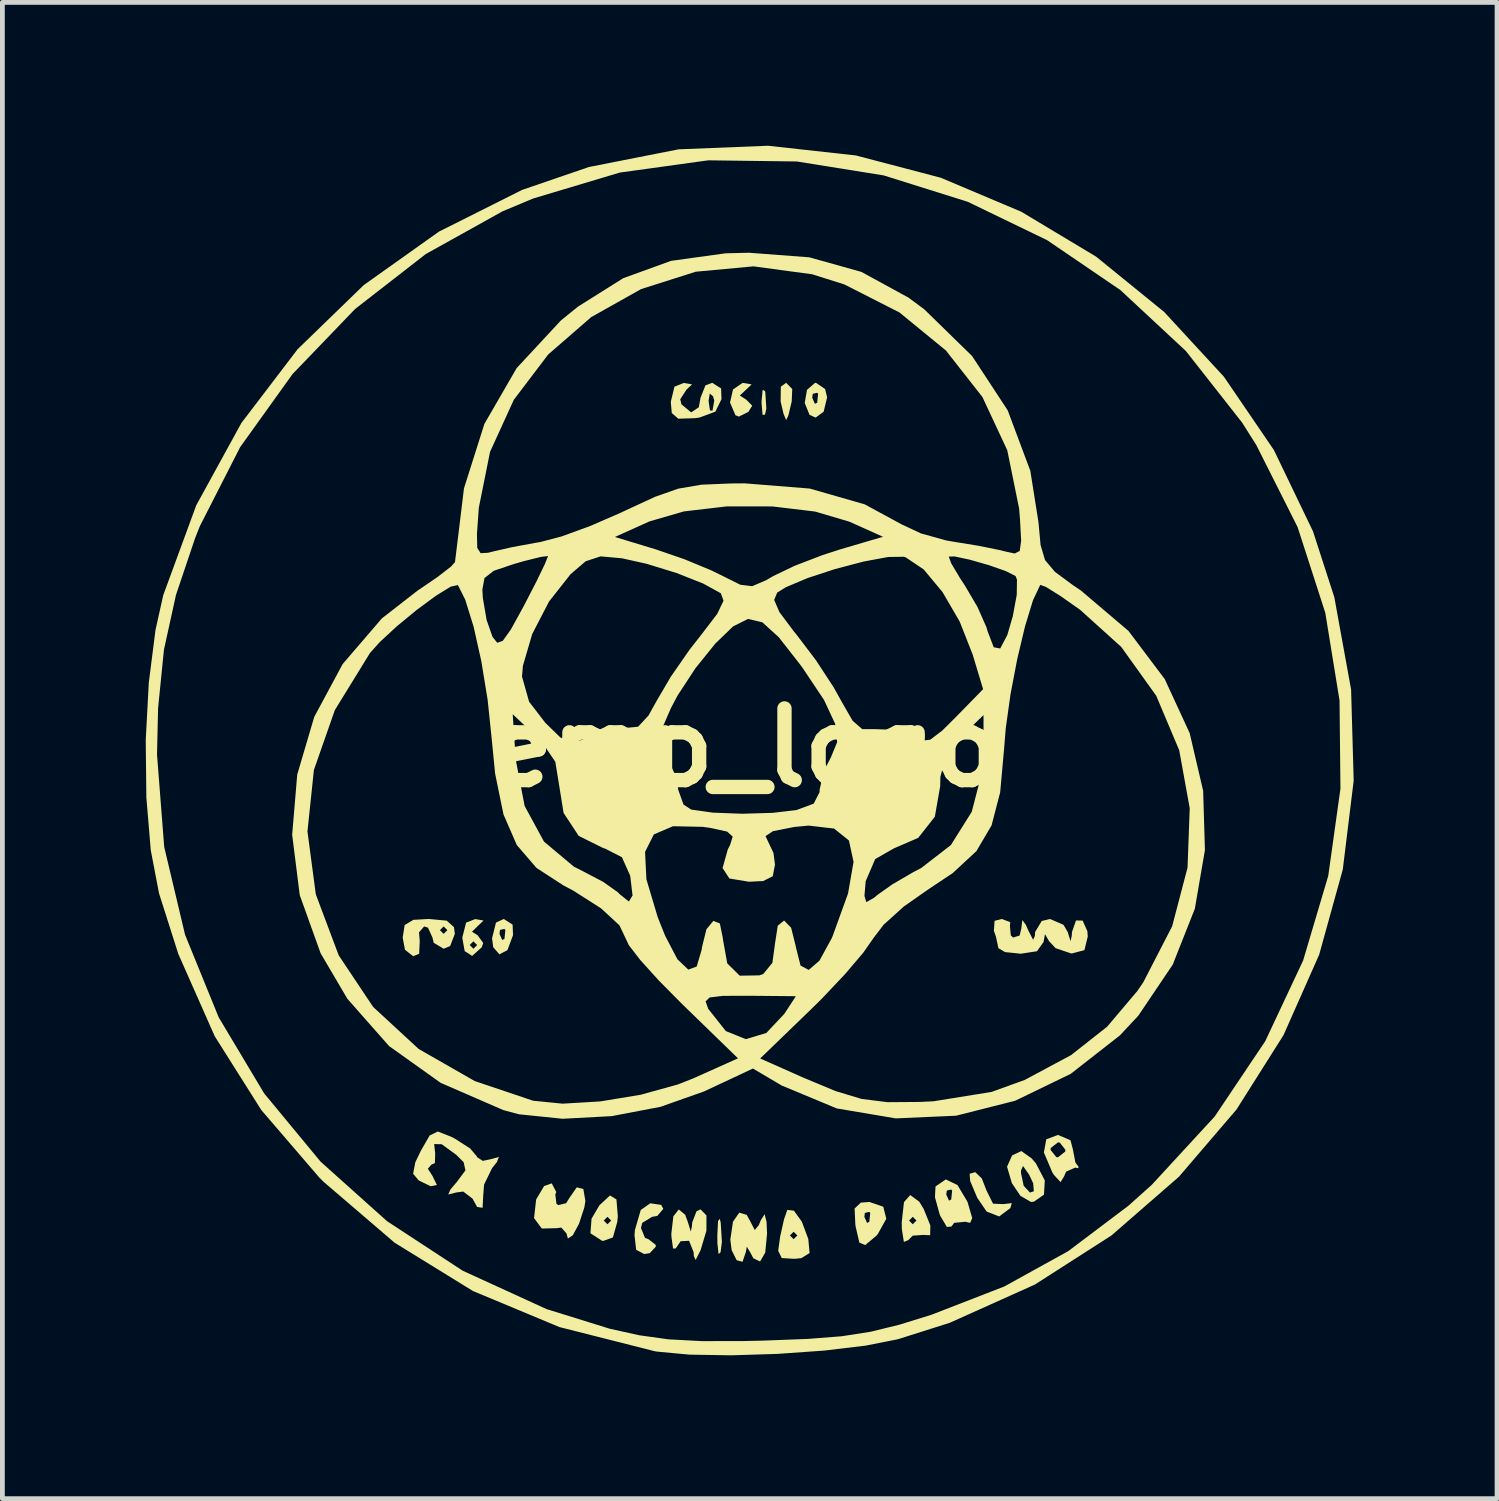
<source format=kicad_pcb>
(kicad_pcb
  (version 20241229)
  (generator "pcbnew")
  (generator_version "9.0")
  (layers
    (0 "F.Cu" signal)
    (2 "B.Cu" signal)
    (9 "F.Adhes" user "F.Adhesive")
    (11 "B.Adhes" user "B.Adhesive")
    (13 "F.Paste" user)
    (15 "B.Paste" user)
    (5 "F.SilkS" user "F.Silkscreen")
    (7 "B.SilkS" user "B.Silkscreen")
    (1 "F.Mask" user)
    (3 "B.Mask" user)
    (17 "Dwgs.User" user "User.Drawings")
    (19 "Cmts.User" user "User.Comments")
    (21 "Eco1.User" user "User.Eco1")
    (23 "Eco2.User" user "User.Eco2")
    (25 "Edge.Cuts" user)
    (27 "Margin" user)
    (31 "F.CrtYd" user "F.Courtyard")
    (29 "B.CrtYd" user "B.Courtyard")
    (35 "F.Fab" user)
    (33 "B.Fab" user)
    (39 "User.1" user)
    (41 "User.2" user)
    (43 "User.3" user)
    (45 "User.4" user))
  (footprint "emp_logo"
    (layer "F.Cu")
    (at 12.545 12.597)
    (property "Reference" "emp_logo" (at 0 0 0) (layer "F.SilkS") (effects (font (size 1.5 1.5) (thickness 0.3))))
    (attr board_only exclude_from_pos_files exclude_from_bom)
    (fp_poly (pts (xy -0.513 9.936) (xy -0.488 10.342) (xy -0.516 10.559) (xy -0.558 10.596) (xy -0.582 10.372) (xy -0.584 10.207) (xy -0.569 9.905) (xy -0.533 9.859)) (stroke (width 0) (type solid)) (fill yes) (layer "F.SilkS"))
    (fp_poly (pts (xy 0.412 -7.465) (xy 0.42 -7.438) (xy 0.442 -7.098) (xy 0.414 -6.97) (xy 0.363 -6.965) (xy 0.342 -7.209) (xy 0.342 -7.246) (xy 0.365 -7.488)) (stroke (width 0) (type solid)) (fill yes) (layer "F.SilkS"))
    (fp_poly (pts (xy 0.984 -7.506) (xy 0.973 -7.246) (xy 0.903 -6.954) (xy 0.857 -6.856) (xy 0.801 -6.989) (xy 0.741 -7.246) (xy 0.745 -7.556) (xy 0.857 -7.636)) (stroke (width 0) (type solid)) (fill yes) (layer "F.SilkS"))
    (fp_poly (pts (xy 0.134 -7.603) (xy 0.021 -7.496) (xy -0.113 -7.37) (xy 0.021 -7.284) (xy 0.146 -7.157) (xy 0.068 -7.029) (xy -0.133 -6.929) (xy -0.205 -6.958) (xy -0.318 -7.223) (xy -0.256 -7.497) (xy -0.057 -7.633) (xy -0.039 -7.633)) (stroke (width 0) (type solid)) (fill yes) (layer "F.SilkS"))
    (fp_poly (pts (xy 4.951 9.014) (xy 5.049 9.266) (xy 5.186 9.542) (xy 5.403 9.551) (xy 5.578 9.53) (xy 5.548 9.635) (xy 5.314 9.809) (xy 5.052 9.707) (xy 4.856 9.42) (xy 4.708 9.069) (xy 4.696 8.916) (xy 4.814 8.882)) (stroke (width 0) (type solid)) (fill yes) (layer "F.SilkS"))
    (fp_poly (pts (xy -4.868 3.702) (xy -4.859 3.922) (xy -4.976 4.236) (xy -5.144 4.324) (xy -5.274 4.174) (xy -5.298 3.987) (xy -5.275 3.896) (xy -5.142 3.896) (xy -5.085 4.024) (xy -5.038 4) (xy -5.02 3.815) (xy -5.038 3.792) (xy -5.131 3.813) (xy -5.142 3.896) (xy -5.275 3.896) (xy -5.216 3.66) (xy -5.054 3.584)) (stroke (width 0) (type solid)) (fill yes) (layer "F.SilkS"))
    (fp_poly (pts (xy -2.695 9.453) (xy -2.666 9.804) (xy -2.677 9.922) (xy -2.769 10.248) (xy -2.97 10.321) (xy -3 10.316) (xy -3.239 10.161) (xy -3.219 9.895) (xy -2.961 9.895) (xy -2.883 9.973) (xy -2.805 9.895) (xy -2.883 9.817) (xy -2.961 9.895) (xy -3.219 9.895) (xy -3.216 9.856) (xy -3.051 9.575) (xy -2.83 9.37)) (stroke (width 0) (type solid)) (fill yes) (layer "F.SilkS"))
    (fp_poly (pts (xy -1.759 9.567) (xy -1.714 9.65) (xy -1.84 9.798) (xy -1.948 9.817) (xy -2.154 9.942) (xy -2.182 10.051) (xy -2.097 10.258) (xy -2.026 10.285) (xy -1.874 10.403) (xy -1.87 10.44) (xy -1.997 10.577) (xy -2.114 10.596) (xy -2.282 10.508) (xy -2.317 10.202) (xy -2.308 10.091) (xy -2.186 9.673) (xy -1.987 9.534)) (stroke (width 0) (type solid)) (fill yes) (layer "F.SilkS"))
    (fp_poly (pts (xy -5.476 3.617) (xy -5.588 3.723) (xy -5.718 3.851) (xy -5.6 3.925) (xy -5.483 4.086) (xy -5.514 4.178) (xy -5.715 4.357) (xy -5.871 4.256) (xy -5.894 4.129) (xy -5.766 4.129) (xy -5.688 4.207) (xy -5.61 4.129) (xy -5.688 4.052) (xy -5.766 4.129) (xy -5.894 4.129) (xy -5.921 3.974) (xy -5.841 3.66) (xy -5.649 3.586)) (stroke (width 0) (type solid)) (fill yes) (layer "F.SilkS"))
    (fp_poly (pts (xy 1.672 -7.506) (xy 1.714 -7.333) (xy 1.641 -7.031) (xy 1.473 -6.908) (xy 1.346 -6.965) (xy 1.245 -7.215) (xy 1.264 -7.324) (xy 1.402 -7.324) (xy 1.459 -7.196) (xy 1.506 -7.22) (xy 1.525 -7.405) (xy 1.506 -7.428) (xy 1.414 -7.406) (xy 1.402 -7.324) (xy 1.264 -7.324) (xy 1.293 -7.49) (xy 1.46 -7.634) (xy 1.48 -7.636)) (stroke (width 0) (type solid)) (fill yes) (layer "F.SilkS"))
    (fp_poly (pts (xy 0.031 9.776) (xy 0.106 9.913) (xy 0.199 10.093) (xy 0.284 9.991) (xy 0.328 9.884) (xy 0.406 9.763) (xy 0.446 9.92) (xy 0.457 10.168) (xy 0.419 10.565) (xy 0.311 10.751) (xy 0.17 10.685) (xy 0.103 10.557) (xy 0.033 10.443) (xy 0.012 10.557) (xy -0.057 10.758) (xy -0.179 10.725) (xy -0.284 10.515) (xy -0.312 10.294) (xy -0.256 9.919) (xy -0.125 9.73)) (stroke (width 0) (type solid)) (fill yes) (layer "F.SilkS"))
    (fp_poly (pts (xy 1.019 9.688) (xy 1.185 9.919) (xy 1.32 10.281) (xy 1.32 10.285) (xy 1.347 10.575) (xy 1.173 10.682) (xy 1.027 10.696) (xy 0.765 10.68) (xy 0.69 10.528) (xy 0.731 10.229) (xy 0.736 10.207) (xy 0.935 10.207) (xy 1.013 10.285) (xy 1.091 10.207) (xy 1.013 10.129) (xy 0.935 10.207) (xy 0.736 10.207) (xy 0.812 9.869) (xy 0.88 9.674) (xy 0.882 9.672)) (stroke (width 0) (type solid)) (fill yes) (layer "F.SilkS"))
    (fp_poly (pts (xy 2.889 9.606) (xy 2.952 9.858) (xy 2.772 10.182) (xy 2.738 10.218) (xy 2.511 10.408) (xy 2.389 10.357) (xy 2.313 10.033) (xy 2.304 9.973) (xy 2.297 9.817) (xy 2.493 9.817) (xy 2.55 9.945) (xy 2.597 9.921) (xy 2.616 9.736) (xy 2.597 9.713) (xy 2.504 9.735) (xy 2.493 9.817) (xy 2.297 9.817) (xy 2.289 9.643) (xy 2.419 9.52) (xy 2.598 9.506)) (stroke (width 0) (type solid)) (fill yes) (layer "F.SilkS"))
    (fp_poly (pts (xy 3.643 9.502) (xy 3.734 9.651) (xy 3.874 9.998) (xy 3.87 10.202) (xy 3.723 10.196) (xy 3.722 10.196) (xy 3.505 10.211) (xy 3.413 10.304) (xy 3.32 10.342) (xy 3.278 10.077) (xy 3.275 9.934) (xy 3.279 9.895) (xy 3.428 9.895) (xy 3.506 9.973) (xy 3.584 9.895) (xy 3.506 9.817) (xy 3.428 9.895) (xy 3.279 9.895) (xy 3.322 9.51) (xy 3.453 9.361)) (stroke (width 0) (type solid)) (fill yes) (layer "F.SilkS"))
    (fp_poly (pts (xy -0.811 9.788) (xy -0.812 10.107) (xy -0.935 10.518) (xy -1.038 10.72) (xy -1.075 10.638) (xy -1.08 10.557) (xy -1.175 10.318) (xy -1.352 10.328) (xy -1.455 10.479) (xy -1.51 10.481) (xy -1.544 10.235) (xy -1.546 10.168) (xy -1.504 9.806) (xy -1.39 9.663) (xy -1.256 9.774) (xy -1.198 9.934) (xy -1.139 10.126) (xy -1.115 10.015) (xy -1.109 9.934) (xy -1.02 9.702) (xy -0.935 9.661)) (stroke (width 0) (type solid)) (fill yes) (layer "F.SilkS"))
    (fp_poly (pts (xy -4.049 9.117) (xy -3.955 9.297) (xy -3.974 9.35) (xy -3.951 9.542) (xy -3.915 9.572) (xy -3.747 9.532) (xy -3.683 9.427) (xy -3.526 9.2) (xy -3.388 9.234) (xy -3.345 9.484) (xy -3.367 9.622) (xy -3.479 9.964) (xy -3.609 10.203) (xy -3.711 10.271) (xy -3.74 10.165) (xy -3.85 10.041) (xy -3.935 10.054) (xy -4.257 10.062) (xy -4.419 9.844) (xy -4.376 9.461) (xy -4.37 9.444) (xy -4.209 9.173) (xy -4.05 9.117)) (stroke (width 0) (type solid)) (fill yes) (layer "F.SilkS"))
    (fp_poly (pts (xy 4.442 9.152) (xy 4.648 9.497) (xy 4.657 9.521) (xy 4.75 9.843) (xy 4.707 9.943) (xy 4.604 9.92) (xy 4.373 9.943) (xy 4.314 10.021) (xy 4.22 10.029) (xy 4.083 9.799) (xy 4.069 9.765) (xy 3.971 9.409) (xy 3.973 9.35) (xy 4.207 9.35) (xy 4.264 9.478) (xy 4.311 9.454) (xy 4.33 9.269) (xy 4.311 9.246) (xy 4.219 9.267) (xy 4.207 9.35) (xy 3.973 9.35) (xy 3.982 9.181) (xy 4.197 9.035)) (stroke (width 0) (type solid)) (fill yes) (layer "F.SilkS"))
    (fp_poly (pts (xy 5.991 8.592) (xy 6.081 8.695) (xy 6.269 9.055) (xy 6.252 9.353) (xy 6.039 9.501) (xy 5.979 9.506) (xy 5.759 9.378) (xy 5.58 9.112) (xy 5.516 8.895) (xy 5.77 8.895) (xy 5.827 9.168) (xy 5.958 9.309) (xy 6.04 9.283) (xy 6.026 9.115) (xy 5.94 8.933) (xy 5.813 8.753) (xy 5.772 8.846) (xy 5.77 8.895) (xy 5.516 8.895) (xy 5.479 8.769) (xy 5.581 8.54) (xy 5.594 8.527) (xy 5.778 8.441)) (stroke (width 0) (type solid)) (fill yes) (layer "F.SilkS"))
    (fp_poly (pts (xy -6.247 3.619) (xy -6.095 3.755) (xy -6.077 3.896) (xy -6.175 4.15) (xy -6.311 4.207) (xy -6.518 4.083) (xy -6.545 3.974) (xy -6.615 3.818) (xy -6.389 3.818) (xy -6.311 3.896) (xy -6.233 3.818) (xy -6.311 3.74) (xy -6.389 3.818) (xy -6.615 3.818) (xy -6.639 3.766) (xy -6.719 3.74) (xy -6.826 3.863) (xy -6.811 4.052) (xy -6.824 4.312) (xy -6.949 4.363) (xy -7.121 4.228) (xy -7.168 3.974) (xy -7.127 3.71) (xy -6.944 3.602) (xy -6.623 3.584)) (stroke (width 0) (type solid)) (fill yes) (layer "F.SilkS"))
    (fp_poly (pts (xy 6.807 8.215) (xy 6.856 8.402) (xy 6.91 8.682) (xy 6.973 8.766) (xy 6.972 8.8) (xy 6.905 8.787) (xy 6.716 8.871) (xy 6.671 8.974) (xy 6.599 9.091) (xy 6.458 8.937) (xy 6.428 8.89) (xy 6.25 8.471) (xy 6.26 8.415) (xy 6.389 8.415) (xy 6.508 8.566) (xy 6.545 8.571) (xy 6.696 8.452) (xy 6.701 8.415) (xy 6.582 8.263) (xy 6.545 8.259) (xy 6.393 8.377) (xy 6.389 8.415) (xy 6.26 8.415) (xy 6.3 8.195) (xy 6.545 8.103)) (stroke (width 0) (type solid)) (fill yes) (layer "F.SilkS"))
    (fp_poly (pts (xy -0.505 -7.518) (xy -0.496 -7.295) (xy -0.625 -7.032) (xy -0.962 -6.908) (xy -1.052 -6.896) (xy -1.4 -6.885) (xy -1.537 -7.003) (xy -1.558 -7.237) (xy -1.481 -7.555) (xy -1.286 -7.633) (xy -1.112 -7.603) (xy -1.228 -7.495) (xy -1.36 -7.291) (xy -1.335 -7.186) (xy -1.131 -7.017) (xy -0.971 -7.125) (xy -0.947 -7.259) (xy -0.767 -7.259) (xy -0.738 -7.057) (xy -0.685 -7.054) (xy -0.648 -7.263) (xy -0.673 -7.353) (xy -0.742 -7.412) (xy -0.767 -7.259) (xy -0.947 -7.259) (xy -0.935 -7.324) (xy -0.833 -7.582) (xy -0.69 -7.636)) (stroke (width 0) (type solid)) (fill yes) (layer "F.SilkS"))
    (fp_poly (pts (xy -6.154 8.141) (xy -6.073 8.183) (xy -5.757 8.386) (xy -5.611 8.558) (xy -5.61 8.57) (xy -5.492 8.646) (xy -5.337 8.614) (xy -5.156 8.565) (xy -5.197 8.671) (xy -5.298 8.799) (xy -5.465 9.143) (xy -5.483 9.374) (xy -5.496 9.628) (xy -5.611 9.61) (xy -5.706 9.437) (xy -5.901 9.288) (xy -6.051 9.308) (xy -6.215 9.35) (xy -6.17 9.247) (xy -6.037 9.09) (xy -5.855 8.845) (xy -5.892 8.674) (xy -6.049 8.518) (xy -6.352 8.298) (xy -6.509 8.294) (xy -6.488 8.493) (xy -6.494 8.693) (xy -6.569 8.726) (xy -6.641 8.811) (xy -6.545 8.96) (xy -6.452 9.151) (xy -6.582 9.177) (xy -6.832 9.056) (xy -6.95 8.915) (xy -6.904 8.676) (xy -6.788 8.434) (xy -6.604 8.115) (xy -6.434 8.032)) (stroke (width 0) (type solid)) (fill yes) (layer "F.SilkS"))
    (fp_poly (pts (xy 6.66 3.706) (xy 6.749 3.857) (xy 6.808 4.049) (xy 6.833 3.938) (xy 6.838 3.857) (xy 6.922 3.615) (xy 7.061 3.618) (xy 7.16 3.84) (xy 7.168 3.953) (xy 7.098 4.236) (xy 6.839 4.305) (xy 6.817 4.304) (xy 6.495 4.195) (xy 6.361 4.052) (xy 6.273 3.902) (xy 6.245 4.051) (xy 6.244 4.065) (xy 6.105 4.259) (xy 5.766 4.311) (xy 5.437 4.277) (xy 5.298 4.195) (xy 5.298 4.194) (xy 5.248 3.959) (xy 5.204 3.831) (xy 5.218 3.623) (xy 5.369 3.584) (xy 5.546 3.651) (xy 5.539 3.729) (xy 5.558 3.929) (xy 5.607 3.972) (xy 5.742 3.931) (xy 5.777 3.788) (xy 5.799 3.607) (xy 5.872 3.706) (xy 5.921 3.818) (xy 6.024 4.019) (xy 6.062 3.938) (xy 6.066 3.857) (xy 6.205 3.626) (xy 6.378 3.584)) (stroke (width 0) (type solid)) (fill yes) (layer "F.SilkS"))
    (fp_poly (pts (xy 2.315 -12.394) (xy 4.091 -11.928) (xy 5.777 -11.216) (xy 7.346 -10.274) (xy 8.768 -9.118) (xy 10.017 -7.764) (xy 11.064 -6.228) (xy 11.882 -4.527) (xy 12.328 -3.149) (xy 12.679 -1.217) (xy 12.733 0.69) (xy 12.505 2.548) (xy 12.011 4.331) (xy 11.265 6.014) (xy 10.281 7.571) (xy 9.076 8.978) (xy 7.664 10.207) (xy 6.06 11.235) (xy 4.279 12.035) (xy 3.194 12.379) (xy 2.523 12.512) (xy 1.653 12.616) (xy 0.681 12.685) (xy -0.291 12.715) (xy -1.166 12.701) (xy -1.842 12.638) (xy -1.896 12.629) (xy -3.888 12.124) (xy -5.697 11.37) (xy -7.337 10.359) (xy -8.823 9.085) (xy -8.914 8.994) (xy -10.127 7.582) (xy -11.101 6.039) (xy -11.864 4.315) (xy -12.267 3.048) (xy -12.44 2.145) (xy -12.532 1.041) (xy -12.542 0.145) (xy -12.309 0.145) (xy -12.159 2.075) (xy -11.722 3.915) (xy -11.018 5.643) (xy -10.067 7.234) (xy -8.886 8.663) (xy -7.496 9.908) (xy -5.914 10.944) (xy -4.16 11.747) (xy -2.835 12.159) (xy -2.215 12.296) (xy -1.605 12.381) (xy -0.912 12.418) (xy -0.041 12.417) (xy 0.39 12.407) (xy 1.31 12.372) (xy 2.021 12.316) (xy 2.625 12.222) (xy 3.225 12.075) (xy 3.896 11.867) (xy 5.423 11.274) (xy 6.761 10.534) (xy 8.02 9.584) (xy 8.509 9.146) (xy 9.825 7.717) (xy 10.882 6.142) (xy 11.675 4.453) (xy 12.201 2.681) (xy 12.456 0.857) (xy 12.437 -0.988) (xy 12.139 -2.823) (xy 11.56 -4.615) (xy 10.695 -6.334) (xy 10.397 -6.805) (xy 9.221 -8.302) (xy 7.851 -9.577) (xy 6.318 -10.621) (xy 4.657 -11.424) (xy 2.899 -11.976) (xy 1.078 -12.268) (xy -0.774 -12.292) (xy -2.624 -12.036) (xy -4.438 -11.493) (xy -5.076 -11.226) (xy -6.685 -10.331) (xy -8.164 -9.181) (xy -9.473 -7.819) (xy -10.569 -6.291) (xy -11.412 -4.638) (xy -11.512 -4.386) (xy -11.913 -3.195) (xy -12.164 -2.051) (xy -12.287 -0.826) (xy -12.309 0.145) (xy -12.542 0.145) (xy -12.545 -0.162) (xy -12.481 -1.363) (xy -12.341 -2.464) (xy -12.179 -3.192) (xy -11.488 -5.073) (xy -10.543 -6.796) (xy -9.367 -8.339) (xy -7.982 -9.682) (xy -6.409 -10.8) (xy -4.671 -11.672) (xy -3.272 -12.152) (xy -1.395 -12.522) (xy 0.477 -12.597)) (stroke (width 0) (type solid)) (fill yes) (layer "F.SilkS"))
    (fp_poly (pts (xy 1.343 -10.262) (xy 2.431 -9.957) (xy 3.416 -9.419) (xy 3.747 -9.174) (xy 4.748 -8.196) (xy 5.493 -7.059) (xy 5.966 -5.795) (xy 6.136 -4.724) (xy 6.181 -4.24) (xy 6.274 -3.927) (xy 6.48 -3.681) (xy 6.862 -3.399) (xy 7.029 -3.286) (xy 8.02 -2.444) (xy 8.779 -1.436) (xy 9.301 -0.305) (xy 9.583 0.902) (xy 9.62 2.142) (xy 9.409 3.37) (xy 8.946 4.54) (xy 8.226 5.608) (xy 7.84 6.021) (xy 6.81 6.826) (xy 5.649 7.388) (xy 4.412 7.701) (xy 3.15 7.757) (xy 1.916 7.549) (xy 0.763 7.069) (xy 0.68 7.02) (xy 0.161 6.714) (xy -0.861 7.193) (xy -1.773 7.515) (xy -2.796 7.71) (xy -3.82 7.765) (xy -4.736 7.671) (xy -5.064 7.583) (xy -6.374 7.013) (xy -7.453 6.244) (xy -8.325 5.255) (xy -8.885 4.303) (xy -9.322 3.085) (xy -9.481 1.822) (xy -9.475 1.751) (xy -9.161 1.751) (xy -8.988 3.054) (xy -8.981 3.082) (xy -8.507 4.345) (xy -7.787 5.424) (xy -6.833 6.305) (xy -5.66 6.976) (xy -4.441 7.387) (xy -3.822 7.449) (xy -3.034 7.402) (xy -2.191 7.263) (xy -1.409 7.047) (xy -1.09 6.921) (xy -0.157 6.503) (xy 0.313 6.503) (xy 1.208 6.901) (xy 1.891 7.186) (xy 2.436 7.35) (xy 2.978 7.418) (xy 3.648 7.413) (xy 3.941 7.399) (xy 5.156 7.203) (xy 5.848 6.953) (xy 6.82 6.432) (xy 7.574 5.838) (xy 8.205 5.092) (xy 8.331 4.907) (xy 8.934 3.738) (xy 9.256 2.51) (xy 9.302 1.267) (xy 9.082 0.053) (xy 8.601 -1.087) (xy 7.869 -2.109) (xy 7.008 -2.886) (xy 6.594 -3.177) (xy 6.292 -3.365) (xy 6.174 -3.408) (xy 6.022 -3.086) (xy 5.855 -2.539) (xy 5.692 -1.854) (xy 5.551 -1.115) (xy 5.452 -0.407) (xy 5.418 0.013) (xy 5.335 0.935) (xy 5.155 1.626) (xy 4.838 2.164) (xy 4.342 2.624) (xy 3.833 2.963) (xy 3.319 3.323) (xy 2.898 3.703) (xy 2.689 3.976) (xy 2.469 4.291) (xy 2.087 4.74) (xy 1.609 5.246) (xy 1.38 5.472) (xy 0.313 6.503) (xy -0.157 6.503) (xy -0.152 6.5) (xy -1.322 5.363) (xy -1.377 5.308) (xy -0.829 5.308) (xy -0.777 5.458) (xy -0.773 5.466) (xy -0.406 5.93) (xy 0.012 6.099) (xy 0.441 5.97) (xy 0.82 5.567) (xy 1.06 5.2) (xy 0.068 5.191) (xy -0.465 5.193) (xy -0.744 5.226) (xy -0.829 5.308) (xy -1.377 5.308) (xy -1.808 4.872) (xy -2.196 4.443) (xy -2.437 4.131) (xy -2.493 4.01) (xy -2.633 3.716) (xy -3.018 3.361) (xy -3.601 2.989) (xy -3.801 2.884) (xy -4.369 2.515) (xy -4.78 2.037) (xy -5.059 1.396) (xy -5.234 0.541) (xy -5.307 -0.204) (xy -5.359 -0.701) (xy -4.866 -0.701) (xy -4.801 0.258) (xy -4.616 1.22) (xy -4.211 1.965) (xy -3.586 2.489) (xy -3.39 2.588) (xy -2.972 2.808) (xy -2.669 3.022) (xy -2.626 3.066) (xy -2.435 3.219) (xy -2.358 3.093) (xy -2.404 2.702) (xy -2.411 2.67) (xy -2.58 2.292) (xy -2.798 2.18) (xy -2.096 2.18) (xy -2.068 2.753) (xy -1.831 3.547) (xy -1.676 3.935) (xy -1.419 4.427) (xy -1.191 4.644) (xy -1.015 4.579) (xy -0.911 4.226) (xy -0.906 4.18) (xy -0.812 3.8) (xy -0.667 3.624) (xy -0.531 3.678) (xy -0.468 3.986) (xy -0.467 4.007) (xy -0.376 4.513) (xy -0.115 4.771) (xy 0.296 4.764) (xy 0.377 4.736) (xy 0.569 4.501) (xy 0.623 4.1) (xy 0.681 3.724) (xy 0.814 3.617) (xy 0.961 3.768) (xy 1.06 4.165) (xy 1.062 4.18) (xy 1.158 4.56) (xy 1.329 4.65) (xy 1.553 4.457) (xy 1.809 3.989) (xy 1.832 3.935) (xy 2.133 3.102) (xy 2.495 3.102) (xy 2.534 3.232) (xy 2.699 3.138) (xy 2.766 3.081) (xy 3.073 2.863) (xy 3.517 2.604) (xy 3.684 2.517) (xy 4.304 2.037) (xy 4.74 1.342) (xy 4.963 0.484) (xy 4.987 0.077) (xy 4.987 -0.682) (xy 4.529 -0.243) (xy 4.201 0.161) (xy 4.084 0.609) (xy 4.08 0.805) (xy 3.968 1.444) (xy 3.62 1.887) (xy 3.116 2.104) (xy 2.72 2.33) (xy 2.521 2.794) (xy 2.495 3.102) (xy 2.133 3.102) (xy 2.152 3.049) (xy 2.267 2.389) (xy 2.17 1.941) (xy 1.859 1.692) (xy 1.328 1.63) (xy 1.03 1.658) (xy 0.582 1.746) (xy 0.425 1.85) (xy 0.459 1.923) (xy 0.591 2.202) (xy 0.623 2.447) (xy 0.576 2.69) (xy 0.376 2.79) (xy 0.078 2.805) (xy -0.331 2.737) (xy -0.474 2.518) (xy -0.364 2.127) (xy -0.317 2.036) (xy -0.262 1.86) (xy -0.379 1.755) (xy -0.727 1.679) (xy -0.889 1.656) (xy -1.511 1.643) (xy -1.912 1.814) (xy -2.096 2.18) (xy -2.798 2.18) (xy -2.931 2.111) (xy -2.971 2.101) (xy -3.485 1.845) (xy -3.801 1.365) (xy -3.896 0.774) (xy -3.974 0.295) (xy -4.255 -0.119) (xy -4.381 -0.244) (xy -4.866 -0.701) (xy -5.359 -0.701) (xy -5.391 -1.007) (xy -5.47 -1.488) (xy -4.671 -1.488) (xy -4.523 -0.963) (xy -4.184 -0.522) (xy -3.871 -0.217) (xy -3.654 -0.108) (xy -3.554 -0.131) (xy -1.789 -0.131) (xy -1.711 0.09) (xy -1.64 0.197) (xy -1.455 0.59) (xy -1.402 0.88) (xy -1.292 1.189) (xy -1.13 1.295) (xy -0.676 1.359) (xy -0.059 1.382) (xy 0.576 1.363) (xy 1.071 1.305) (xy 1.433 1.171) (xy 1.556 0.929) (xy 1.558 0.872) (xy 1.647 0.483) (xy 1.793 0.202) (xy 1.924 -0.118) (xy 1.881 -0.502) (xy 1.649 -0.999) (xy 1.209 -1.658) (xy 1.147 -1.743) (xy 0.703 -2.311) (xy 0.359 -2.624) (xy 0.059 -2.695) (xy -0.253 -2.539) (xy -0.626 -2.179) (xy -1.042 -1.663) (xy -1.417 -1.09) (xy -1.552 -0.835) (xy -1.74 -0.402) (xy -1.789 -0.131) (xy -3.554 -0.131) (xy -3.418 -0.163) (xy -3.231 -0.255) (xy -2.822 -0.4) (xy -2.477 -0.418) (xy -2.471 -0.417) (xy -2.242 -0.439) (xy -2.024 -0.674) (xy -1.849 -0.988) (xy -1.557 -1.486) (xy -1.164 -2.052) (xy -0.922 -2.361) (xy -0.585 -2.802) (xy -0.454 -3.077) (xy -0.46 -3.093) (xy 0.606 -3.093) (xy 0.716 -2.837) (xy 1.025 -2.425) (xy 1.078 -2.361) (xy 1.481 -1.829) (xy 1.852 -1.262) (xy 2.013 -0.972) (xy 2.247 -0.564) (xy 2.449 -0.389) (xy 2.69 -0.389) (xy 2.692 -0.389) (xy 3.086 -0.376) (xy 3.428 -0.254) (xy 3.671 -0.144) (xy 3.873 -0.168) (xy 4.124 -0.359) (xy 4.398 -0.631) (xy 4.978 -1.225) (xy 4.759 -1.952) (xy 4.488 -2.639) (xy 4.129 -3.257) (xy 3.735 -3.73) (xy 3.358 -3.984) (xy 3.318 -3.996) (xy 2.991 -3.991) (xy 2.478 -3.896) (xy 1.881 -3.739) (xy 1.305 -3.55) (xy 0.849 -3.358) (xy 0.669 -3.246) (xy 0.606 -3.093) (xy -0.46 -3.093) (xy -0.51 -3.232) (xy -0.51 -3.232) (xy -0.881 -3.436) (xy -1.438 -3.656) (xy -2.064 -3.849) (xy -2.58 -3.964) (xy -3.027 -4.004) (xy -3.338 -3.902) (xy -3.654 -3.632) (xy -4.105 -3.06) (xy -4.458 -2.378) (xy -4.652 -1.715) (xy -4.671 -1.488) (xy -5.47 -1.488) (xy -5.522 -1.809) (xy -5.684 -2.533) (xy -5.859 -3.097) (xy -5.963 -3.305) (xy -5.501 -3.305) (xy -5.49 -3.129) (xy -5.412 -2.673) (xy -5.289 -2.321) (xy -5.19 -2.196) (xy -5.074 -2.236) (xy -4.903 -2.476) (xy -4.638 -2.958) (xy -4.617 -2.998) (xy -4.367 -3.483) (xy -4.193 -3.843) (xy -4.127 -4.008) (xy -4.128 -4.011) (xy -4.276 -3.993) (xy -4.626 -3.906) (xy -4.842 -3.844) (xy -5.263 -3.702) (xy -5.457 -3.55) (xy -5.501 -3.305) (xy -5.963 -3.305) (xy -6.013 -3.404) (xy -6.164 -3.37) (xy -6.474 -3.179) (xy -6.871 -2.886) (xy -7.286 -2.545) (xy -7.646 -2.212) (xy -7.852 -1.983) (xy -8.588 -0.787) (xy -9.026 0.465) (xy -9.161 1.751) (xy -9.475 1.751) (xy -9.375 0.562) (xy -9.019 -0.645) (xy -8.424 -1.751) (xy -7.605 -2.705) (xy -6.863 -3.283) (xy -6.446 -3.567) (xy -6.16 -3.788) (xy -6.074 -3.883) (xy -6.001 -4.477) (xy -5.614 -4.477) (xy -5.608 -4.181) (xy -5.536 -4.07) (xy -5.378 -4.08) (xy -5.282 -4.105) (xy -4.878 -4.197) (xy -4.369 -4.291) (xy -4.285 -4.305) (xy -3.886 -4.41) (xy -2.727 -4.41) (xy -1.87 -4.15) (xy -1.275 -3.945) (xy -0.71 -3.711) (xy -0.467 -3.592) (xy -0.102 -3.41) (xy 0.146 -3.38) (xy 0.433 -3.503) (xy 0.587 -3.592) (xy 1.03 -3.805) (xy 1.535 -3.999) (xy 4.259 -3.999) (xy 4.311 -3.858) (xy 4.493 -3.552) (xy 4.593 -3.4) (xy 4.86 -2.946) (xy 5.049 -2.518) (xy 5.073 -2.435) (xy 5.2 -2.102) (xy 5.336 -2.076) (xy 5.485 -2.359) (xy 5.599 -2.75) (xy 5.682 -3.198) (xy 5.687 -3.516) (xy 5.657 -3.593) (xy 5.453 -3.696) (xy 5.093 -3.822) (xy 4.695 -3.936) (xy 4.377 -4.003) (xy 4.259 -3.999) (xy 1.535 -3.999) (xy 1.615 -4.03) (xy 1.99 -4.151) (xy 2.883 -4.414) (xy 2.182 -4.729) (xy 1.463 -4.942) (xy 0.569 -5.049) (xy -0.385 -5.05) (xy -1.283 -4.945) (xy -2.007 -4.735) (xy -2.026 -4.726) (xy -2.727 -4.41) (xy -3.886 -4.41) (xy -3.843 -4.421) (xy -3.243 -4.64) (xy -2.604 -4.918) (xy -2.502 -4.966) (xy -1.886 -5.251) (xy -1.402 -5.421) (xy -0.917 -5.504) (xy -0.301 -5.53) (xy -0.009 -5.532) (xy 1.349 -5.423) (xy 2.5 -5.093) (xy 3.272 -4.674) (xy 3.675 -4.485) (xy 4.203 -4.338) (xy 4.363 -4.31) (xy 4.886 -4.225) (xy 5.338 -4.133) (xy 5.438 -4.107) (xy 5.639 -4.064) (xy 5.744 -4.117) (xy 5.774 -4.33) (xy 5.751 -4.767) (xy 5.732 -5.004) (xy 5.484 -6.224) (xy 4.964 -7.338) (xy 4.201 -8.311) (xy 3.228 -9.108) (xy 2.074 -9.695) (xy 1.403 -9.907) (xy 0.173 -10.073) (xy -1.035 -9.961) (xy -2.18 -9.597) (xy -3.223 -9.011) (xy -4.123 -8.229) (xy -4.843 -7.28) (xy -5.34 -6.191) (xy -5.575 -5.021) (xy -5.614 -4.477) (xy -6.001 -4.477) (xy -5.886 -5.426) (xy -5.458 -6.777) (xy -4.783 -7.944) (xy -3.858 -8.94) (xy -3.499 -9.231) (xy -2.552 -9.826) (xy -1.553 -10.188) (xy -0.412 -10.346) (xy 0.078 -10.358)) (stroke (width 0) (type solid)) (fill yes) (layer "F.SilkS")))
  (gr_rect
    (start -3 -3)
    (end 28.278 28.312)
    (stroke (width 0.1) (type default))
    (fill no)
    (layer "Edge.Cuts")))
</source>
